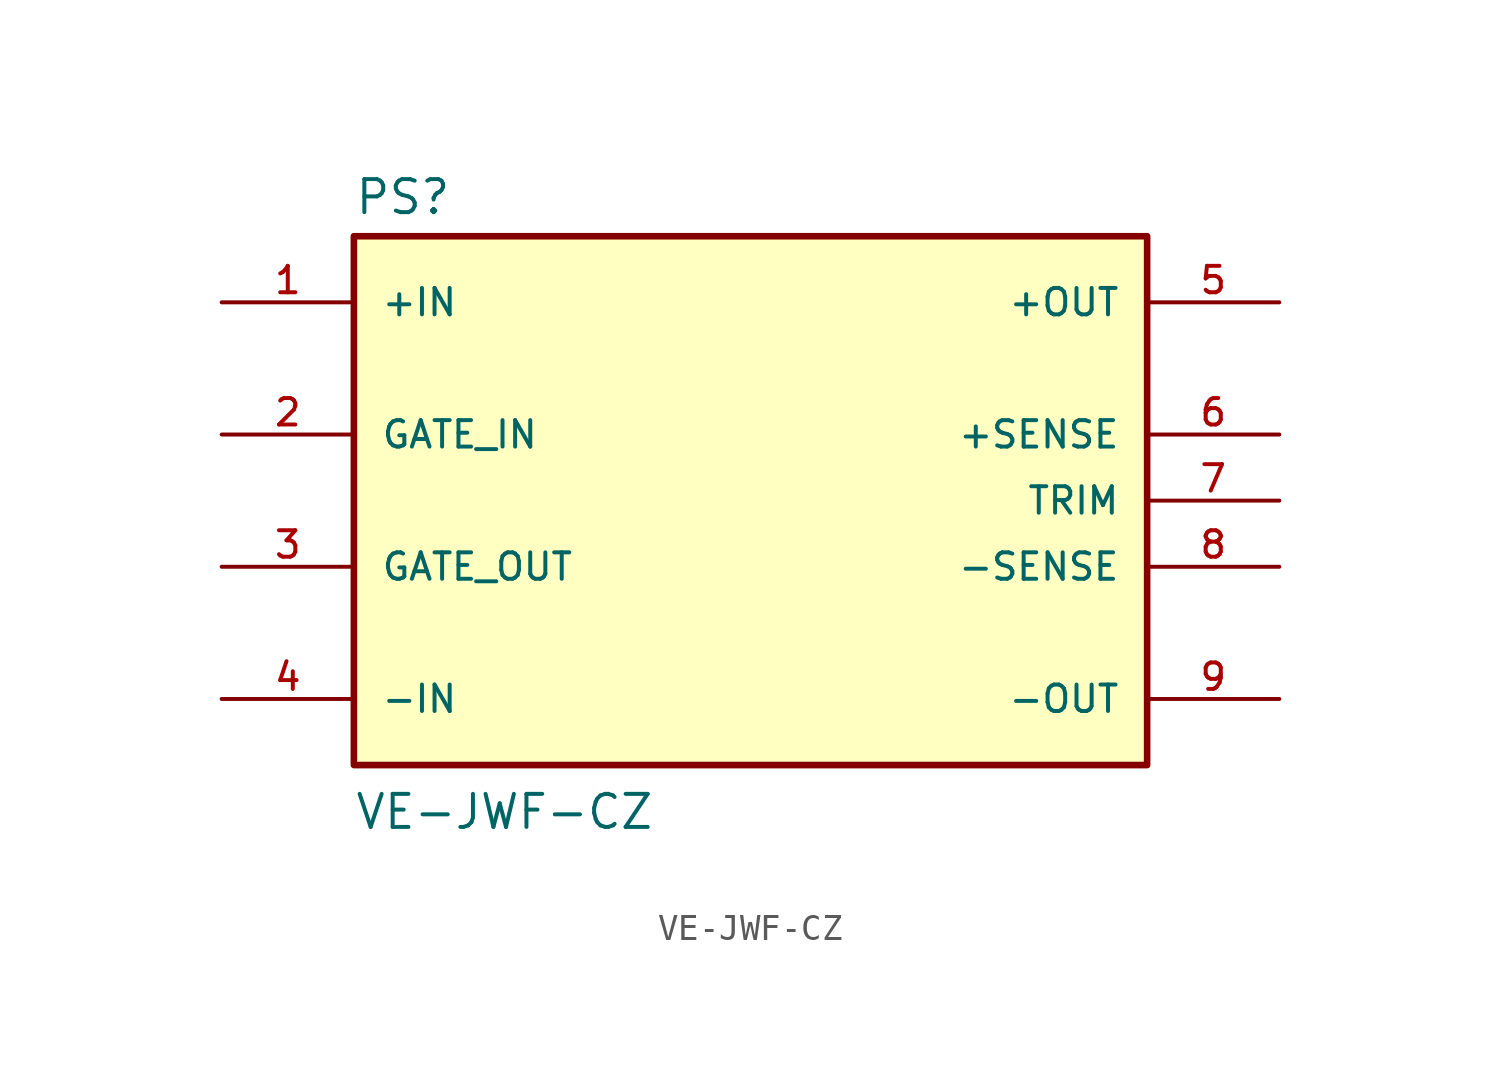
<source format=kicad_sym>
(kicad_symbol_lib
  (version 20211014)
  (generator kicad_symbol_editor)
  (symbol "VE-JWF-CZ"
    (pin_names
      (offset 1.016))
    (property "Reference" "PS"
      (at -15.24 10.922 0)
      (effects (font (size 1.27 1.27)) (justify bottom left)))
    (property "Value" "VE-JWF-CZ"
      (at -15.24 -12.7 0)
      (effects (font (size 1.27 1.27)) (justify bottom left)))
    (symbol "VE-JWF-CZ_0_0"
      (rectangle (start -15.24 -10.16) (end 15.24 10.16) (stroke (width 0.254)) (fill (type background)))
      (pin input line (at -20.32 7.62 0) (length 5.08) (name "+IN" (effects (font (size 1.016 1.016)))) (number "1" (effects (font (size 1.016 1.016)))))
      (pin input line (at -20.32 -7.62 0) (length 5.08) (name "-IN" (effects (font (size 1.016 1.016)))) (number "4" (effects (font (size 1.016 1.016)))))
      (pin input line (at -20.32 2.54 0) (length 5.08) (name "GATE_IN" (effects (font (size 1.016 1.016)))) (number "2" (effects (font (size 1.016 1.016)))))
      (pin output line (at -20.32 -2.54 0) (length 5.08) (name "GATE_OUT" (effects (font (size 1.016 1.016)))) (number "3" (effects (font (size 1.016 1.016)))))
      (pin output line (at 20.32 7.62 180.0) (length 5.08) (name "+OUT" (effects (font (size 1.016 1.016)))) (number "5" (effects (font (size 1.016 1.016)))))
      (pin input line (at 20.32 2.54 180.0) (length 5.08) (name "+SENSE" (effects (font (size 1.016 1.016)))) (number "6" (effects (font (size 1.016 1.016)))))
      (pin input line (at 20.32 0.0 180.0) (length 5.08) (name "TRIM" (effects (font (size 1.016 1.016)))) (number "7" (effects (font (size 1.016 1.016)))))
      (pin input line (at 20.32 -2.54 180.0) (length 5.08) (name "-SENSE" (effects (font (size 1.016 1.016)))) (number "8" (effects (font (size 1.016 1.016)))))
      (pin output line (at 20.32 -7.62 180.0) (length 5.08) (name "-OUT" (effects (font (size 1.016 1.016)))) (number "9" (effects (font (size 1.016 1.016))))))))
</source>
